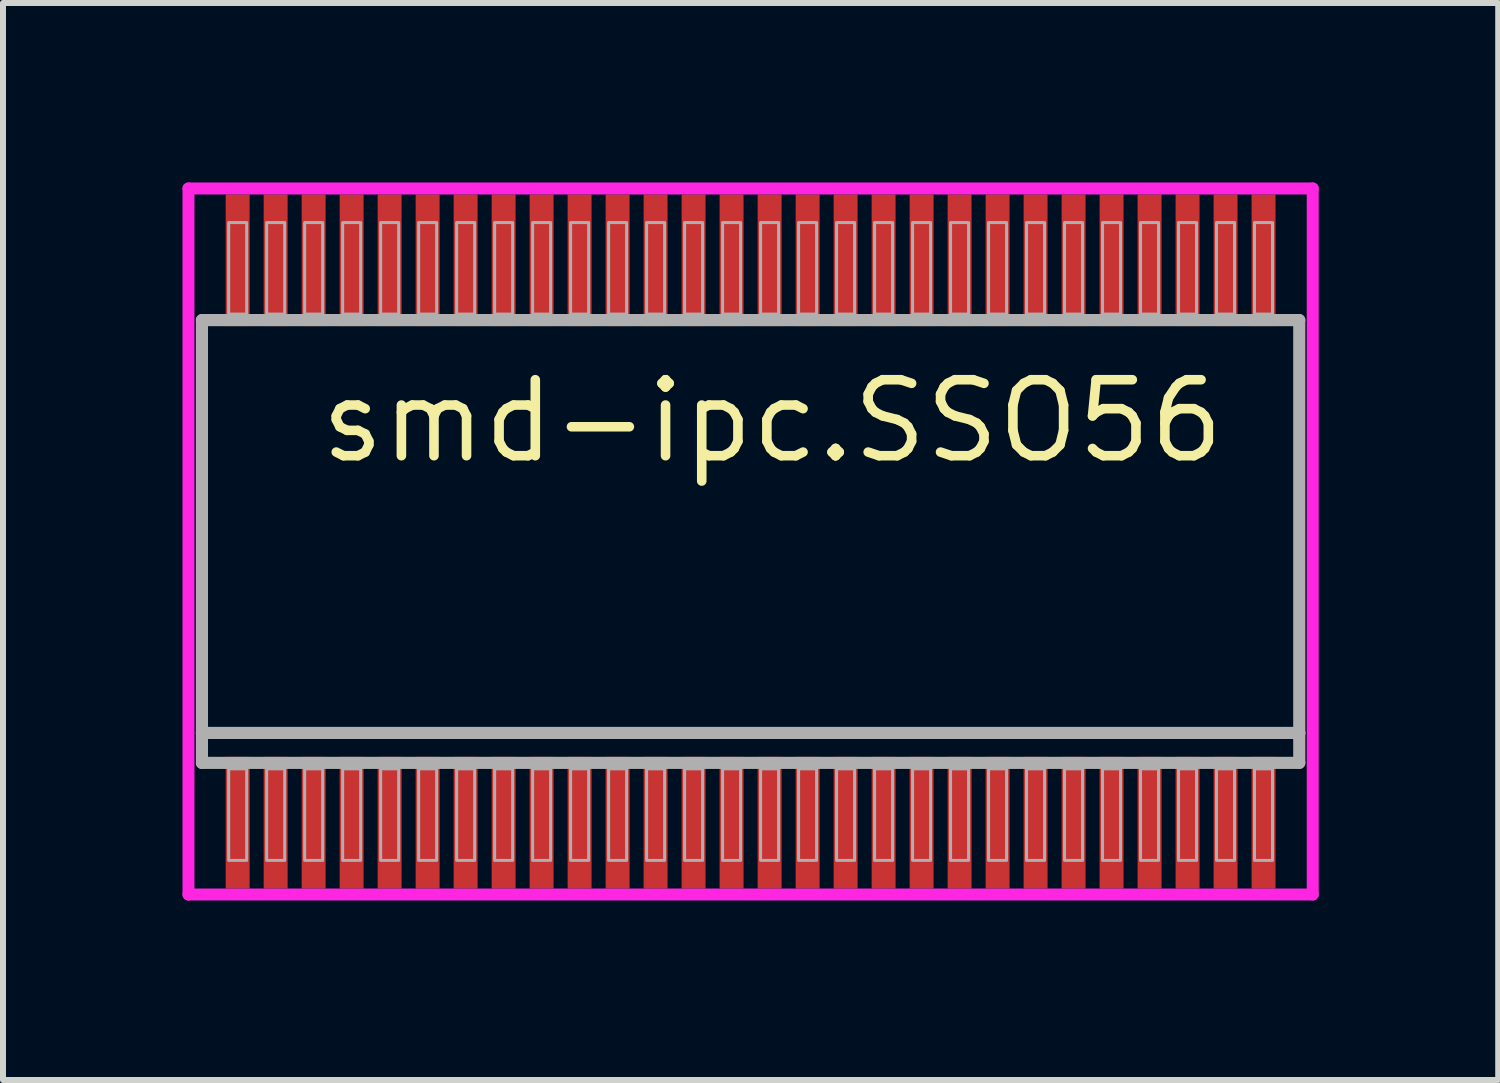
<source format=kicad_pcb>
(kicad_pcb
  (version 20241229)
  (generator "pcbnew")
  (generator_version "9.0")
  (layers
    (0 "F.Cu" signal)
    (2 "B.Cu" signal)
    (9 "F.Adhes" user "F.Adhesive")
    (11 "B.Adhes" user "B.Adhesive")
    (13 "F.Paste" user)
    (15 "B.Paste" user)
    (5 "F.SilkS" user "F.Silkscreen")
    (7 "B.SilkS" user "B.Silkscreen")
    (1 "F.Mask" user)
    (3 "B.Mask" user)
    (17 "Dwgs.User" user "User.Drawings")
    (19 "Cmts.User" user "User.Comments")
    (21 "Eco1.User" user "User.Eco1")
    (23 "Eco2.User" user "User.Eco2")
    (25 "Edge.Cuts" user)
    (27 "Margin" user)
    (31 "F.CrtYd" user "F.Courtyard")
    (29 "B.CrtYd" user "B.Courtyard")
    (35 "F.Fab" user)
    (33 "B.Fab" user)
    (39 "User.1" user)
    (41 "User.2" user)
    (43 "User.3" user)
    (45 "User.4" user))
  (footprint "smd-ipc.SSO56"
    (layer "F.Cu")
    (at 9.495 6)
    (property "Reference" "smd-ipc.SSO56" (at -7.272 -1.27 0) (layer "F.SilkS") (effects (font (size 1.27 1.27) (thickness 0.16)) (justify left bottom)))
    (attr smd)
    (fp_line (start -9.395 -5.9) (end 9.395 -5.9) (stroke (width 0.2) (type default)) (layer "F.CrtYd"))
    (fp_line (start -9.395 5.9) (end -9.395 -5.9) (stroke (width 0.2) (type default)) (layer "F.CrtYd"))
    (fp_line (start 9.395 -5.9) (end 9.395 5.9) (stroke (width 0.2) (type default)) (layer "F.CrtYd"))
    (fp_line (start 9.395 5.9) (end -9.395 5.9) (stroke (width 0.2) (type default)) (layer "F.CrtYd"))
    (fp_line (start -9.17 -3.7) (end 9.17 -3.7) (stroke (width 0.203) (type default)) (layer "F.Fab"))
    (fp_line (start -9.17 3.2) (end -9.17 -3.7) (stroke (width 0.203) (type default)) (layer "F.Fab"))
    (fp_line (start -9.17 3.7) (end -9.17 3.2) (stroke (width 0.203) (type default)) (layer "F.Fab"))
    (fp_line (start 9.17 -3.7) (end 9.17 3.2) (stroke (width 0.203) (type default)) (layer "F.Fab"))
    (fp_line (start 9.17 3.2) (end -9.17 3.2) (stroke (width 0.203) (type default)) (layer "F.Fab"))
    (fp_line (start 9.17 3.2) (end 9.17 3.7) (stroke (width 0.203) (type default)) (layer "F.Fab"))
    (fp_line (start 9.17 3.7) (end -9.17 3.7) (stroke (width 0.203) (type default)) (layer "F.Fab"))
    (fp_rect (start -8.723 -3.8) (end -8.422 -5.33) (stroke (width 0.05) (type default)) (fill no) (layer "F.Fab"))
    (fp_rect (start -8.723 5.33) (end -8.422 3.8) (stroke (width 0.05) (type default)) (fill no) (layer "F.Fab"))
    (fp_rect (start -8.088 -3.8) (end -7.787 -5.33) (stroke (width 0.05) (type default)) (fill no) (layer "F.Fab"))
    (fp_rect (start -8.088 5.33) (end -7.787 3.8) (stroke (width 0.05) (type default)) (fill no) (layer "F.Fab"))
    (fp_rect (start -7.453 -3.8) (end -7.152 -5.33) (stroke (width 0.05) (type default)) (fill no) (layer "F.Fab"))
    (fp_rect (start -7.453 5.33) (end -7.152 3.8) (stroke (width 0.05) (type default)) (fill no) (layer "F.Fab"))
    (fp_rect (start -6.818 -3.8) (end -6.517 -5.33) (stroke (width 0.05) (type default)) (fill no) (layer "F.Fab"))
    (fp_rect (start -6.818 5.33) (end -6.517 3.8) (stroke (width 0.05) (type default)) (fill no) (layer "F.Fab"))
    (fp_rect (start -6.183 -3.8) (end -5.882 -5.33) (stroke (width 0.05) (type default)) (fill no) (layer "F.Fab"))
    (fp_rect (start -6.183 5.33) (end -5.882 3.8) (stroke (width 0.05) (type default)) (fill no) (layer "F.Fab"))
    (fp_rect (start -5.548 -3.8) (end -5.247 -5.33) (stroke (width 0.05) (type default)) (fill no) (layer "F.Fab"))
    (fp_rect (start -5.548 5.33) (end -5.247 3.8) (stroke (width 0.05) (type default)) (fill no) (layer "F.Fab"))
    (fp_rect (start -4.913 -3.8) (end -4.612 -5.33) (stroke (width 0.05) (type default)) (fill no) (layer "F.Fab"))
    (fp_rect (start -4.913 5.33) (end -4.612 3.8) (stroke (width 0.05) (type default)) (fill no) (layer "F.Fab"))
    (fp_rect (start -4.278 -3.8) (end -3.977 -5.33) (stroke (width 0.05) (type default)) (fill no) (layer "F.Fab"))
    (fp_rect (start -4.278 5.33) (end -3.977 3.8) (stroke (width 0.05) (type default)) (fill no) (layer "F.Fab"))
    (fp_rect (start -3.643 -3.8) (end -3.342 -5.33) (stroke (width 0.05) (type default)) (fill no) (layer "F.Fab"))
    (fp_rect (start -3.643 5.33) (end -3.342 3.8) (stroke (width 0.05) (type default)) (fill no) (layer "F.Fab"))
    (fp_rect (start -3.008 -3.8) (end -2.707 -5.33) (stroke (width 0.05) (type default)) (fill no) (layer "F.Fab"))
    (fp_rect (start -3.008 5.33) (end -2.707 3.8) (stroke (width 0.05) (type default)) (fill no) (layer "F.Fab"))
    (fp_rect (start -2.373 -3.8) (end -2.072 -5.33) (stroke (width 0.05) (type default)) (fill no) (layer "F.Fab"))
    (fp_rect (start -2.373 5.33) (end -2.072 3.8) (stroke (width 0.05) (type default)) (fill no) (layer "F.Fab"))
    (fp_rect (start -1.738 -3.8) (end -1.437 -5.33) (stroke (width 0.05) (type default)) (fill no) (layer "F.Fab"))
    (fp_rect (start -1.738 5.33) (end -1.437 3.8) (stroke (width 0.05) (type default)) (fill no) (layer "F.Fab"))
    (fp_rect (start -1.103 -3.8) (end -0.802 -5.33) (stroke (width 0.05) (type default)) (fill no) (layer "F.Fab"))
    (fp_rect (start -1.103 5.33) (end -0.802 3.8) (stroke (width 0.05) (type default)) (fill no) (layer "F.Fab"))
    (fp_rect (start -0.468 -3.8) (end -0.167 -5.33) (stroke (width 0.05) (type default)) (fill no) (layer "F.Fab"))
    (fp_rect (start -0.468 5.33) (end -0.167 3.8) (stroke (width 0.05) (type default)) (fill no) (layer "F.Fab"))
    (fp_rect (start 0.167 -3.8) (end 0.468 -5.33) (stroke (width 0.05) (type default)) (fill no) (layer "F.Fab"))
    (fp_rect (start 0.167 5.33) (end 0.468 3.8) (stroke (width 0.05) (type default)) (fill no) (layer "F.Fab"))
    (fp_rect (start 0.802 -3.8) (end 1.103 -5.33) (stroke (width 0.05) (type default)) (fill no) (layer "F.Fab"))
    (fp_rect (start 0.802 5.33) (end 1.103 3.8) (stroke (width 0.05) (type default)) (fill no) (layer "F.Fab"))
    (fp_rect (start 1.437 -3.8) (end 1.738 -5.33) (stroke (width 0.05) (type default)) (fill no) (layer "F.Fab"))
    (fp_rect (start 1.437 5.33) (end 1.738 3.8) (stroke (width 0.05) (type default)) (fill no) (layer "F.Fab"))
    (fp_rect (start 2.072 -3.8) (end 2.373 -5.33) (stroke (width 0.05) (type default)) (fill no) (layer "F.Fab"))
    (fp_rect (start 2.072 5.33) (end 2.373 3.8) (stroke (width 0.05) (type default)) (fill no) (layer "F.Fab"))
    (fp_rect (start 2.707 -3.8) (end 3.008 -5.33) (stroke (width 0.05) (type default)) (fill no) (layer "F.Fab"))
    (fp_rect (start 2.707 5.33) (end 3.008 3.8) (stroke (width 0.05) (type default)) (fill no) (layer "F.Fab"))
    (fp_rect (start 3.342 -3.8) (end 3.643 -5.33) (stroke (width 0.05) (type default)) (fill no) (layer "F.Fab"))
    (fp_rect (start 3.342 5.33) (end 3.643 3.8) (stroke (width 0.05) (type default)) (fill no) (layer "F.Fab"))
    (fp_rect (start 3.977 -3.8) (end 4.278 -5.33) (stroke (width 0.05) (type default)) (fill no) (layer "F.Fab"))
    (fp_rect (start 3.977 5.33) (end 4.278 3.8) (stroke (width 0.05) (type default)) (fill no) (layer "F.Fab"))
    (fp_rect (start 4.612 -3.8) (end 4.913 -5.33) (stroke (width 0.05) (type default)) (fill no) (layer "F.Fab"))
    (fp_rect (start 4.612 5.33) (end 4.913 3.8) (stroke (width 0.05) (type default)) (fill no) (layer "F.Fab"))
    (fp_rect (start 5.247 -3.8) (end 5.548 -5.33) (stroke (width 0.05) (type default)) (fill no) (layer "F.Fab"))
    (fp_rect (start 5.247 5.33) (end 5.548 3.8) (stroke (width 0.05) (type default)) (fill no) (layer "F.Fab"))
    (fp_rect (start 5.882 -3.8) (end 6.183 -5.33) (stroke (width 0.05) (type default)) (fill no) (layer "F.Fab"))
    (fp_rect (start 5.882 5.33) (end 6.183 3.8) (stroke (width 0.05) (type default)) (fill no) (layer "F.Fab"))
    (fp_rect (start 6.517 -3.8) (end 6.818 -5.33) (stroke (width 0.05) (type default)) (fill no) (layer "F.Fab"))
    (fp_rect (start 6.517 5.33) (end 6.818 3.8) (stroke (width 0.05) (type default)) (fill no) (layer "F.Fab"))
    (fp_rect (start 7.152 -3.8) (end 7.453 -5.33) (stroke (width 0.05) (type default)) (fill no) (layer "F.Fab"))
    (fp_rect (start 7.152 5.33) (end 7.453 3.8) (stroke (width 0.05) (type default)) (fill no) (layer "F.Fab"))
    (fp_rect (start 7.787 -3.8) (end 8.088 -5.33) (stroke (width 0.05) (type default)) (fill no) (layer "F.Fab"))
    (fp_rect (start 7.787 5.33) (end 8.088 3.8) (stroke (width 0.05) (type default)) (fill no) (layer "F.Fab"))
    (fp_rect (start 8.422 -3.8) (end 8.723 -5.33) (stroke (width 0.05) (type default)) (fill no) (layer "F.Fab"))
    (fp_rect (start 8.422 5.33) (end 8.723 3.8) (stroke (width 0.05) (type default)) (fill no) (layer "F.Fab"))
    (pad "1" smd roundrect (at -8.573 4.7) (size 0.4 2.2) (layers "F.Cu" "F.Mask" "F.Paste") (roundrect_rratio 0.01))
    (pad "2" smd roundrect (at -7.938 4.7) (size 0.4 2.2) (layers "F.Cu" "F.Mask" "F.Paste") (roundrect_rratio 0.01))
    (pad "3" smd roundrect (at -7.303 4.7) (size 0.4 2.2) (layers "F.Cu" "F.Mask" "F.Paste") (roundrect_rratio 0.01))
    (pad "4" smd roundrect (at -6.668 4.7) (size 0.4 2.2) (layers "F.Cu" "F.Mask" "F.Paste") (roundrect_rratio 0.01))
    (pad "5" smd roundrect (at -6.033 4.7) (size 0.4 2.2) (layers "F.Cu" "F.Mask" "F.Paste") (roundrect_rratio 0.01))
    (pad "6" smd roundrect (at -5.398 4.7) (size 0.4 2.2) (layers "F.Cu" "F.Mask" "F.Paste") (roundrect_rratio 0.01))
    (pad "7" smd roundrect (at -4.763 4.7) (size 0.4 2.2) (layers "F.Cu" "F.Mask" "F.Paste") (roundrect_rratio 0.01))
    (pad "8" smd roundrect (at -4.128 4.7) (size 0.4 2.2) (layers "F.Cu" "F.Mask" "F.Paste") (roundrect_rratio 0.01))
    (pad "9" smd roundrect (at -3.493 4.7) (size 0.4 2.2) (layers "F.Cu" "F.Mask" "F.Paste") (roundrect_rratio 0.01))
    (pad "10" smd roundrect (at -2.858 4.7) (size 0.4 2.2) (layers "F.Cu" "F.Mask" "F.Paste") (roundrect_rratio 0.01))
    (pad "11" smd roundrect (at -2.223 4.7) (size 0.4 2.2) (layers "F.Cu" "F.Mask" "F.Paste") (roundrect_rratio 0.01))
    (pad "12" smd roundrect (at -1.588 4.7) (size 0.4 2.2) (layers "F.Cu" "F.Mask" "F.Paste") (roundrect_rratio 0.01))
    (pad "13" smd roundrect (at -0.953 4.7) (size 0.4 2.2) (layers "F.Cu" "F.Mask" "F.Paste") (roundrect_rratio 0.01))
    (pad "14" smd roundrect (at -0.318 4.7) (size 0.4 2.2) (layers "F.Cu" "F.Mask" "F.Paste") (roundrect_rratio 0.01))
    (pad "15" smd roundrect (at 0.318 4.7) (size 0.4 2.2) (layers "F.Cu" "F.Mask" "F.Paste") (roundrect_rratio 0.01))
    (pad "16" smd roundrect (at 0.953 4.7) (size 0.4 2.2) (layers "F.Cu" "F.Mask" "F.Paste") (roundrect_rratio 0.01))
    (pad "17" smd roundrect (at 1.588 4.7) (size 0.4 2.2) (layers "F.Cu" "F.Mask" "F.Paste") (roundrect_rratio 0.01))
    (pad "18" smd roundrect (at 2.223 4.7) (size 0.4 2.2) (layers "F.Cu" "F.Mask" "F.Paste") (roundrect_rratio 0.01))
    (pad "19" smd roundrect (at 2.858 4.7) (size 0.4 2.2) (layers "F.Cu" "F.Mask" "F.Paste") (roundrect_rratio 0.01))
    (pad "20" smd roundrect (at 3.493 4.7) (size 0.4 2.2) (layers "F.Cu" "F.Mask" "F.Paste") (roundrect_rratio 0.01))
    (pad "21" smd roundrect (at 4.128 4.7) (size 0.4 2.2) (layers "F.Cu" "F.Mask" "F.Paste") (roundrect_rratio 0.01))
    (pad "22" smd roundrect (at 4.763 4.7) (size 0.4 2.2) (layers "F.Cu" "F.Mask" "F.Paste") (roundrect_rratio 0.01))
    (pad "23" smd roundrect (at 5.398 4.7) (size 0.4 2.2) (layers "F.Cu" "F.Mask" "F.Paste") (roundrect_rratio 0.01))
    (pad "24" smd roundrect (at 6.033 4.7) (size 0.4 2.2) (layers "F.Cu" "F.Mask" "F.Paste") (roundrect_rratio 0.01))
    (pad "25" smd roundrect (at 6.668 4.7) (size 0.4 2.2) (layers "F.Cu" "F.Mask" "F.Paste") (roundrect_rratio 0.01))
    (pad "26" smd roundrect (at 7.303 4.7) (size 0.4 2.2) (layers "F.Cu" "F.Mask" "F.Paste") (roundrect_rratio 0.01))
    (pad "27" smd roundrect (at 7.938 4.7) (size 0.4 2.2) (layers "F.Cu" "F.Mask" "F.Paste") (roundrect_rratio 0.01))
    (pad "28" smd roundrect (at 8.573 4.7) (size 0.4 2.2) (layers "F.Cu" "F.Mask" "F.Paste") (roundrect_rratio 0.01))
    (pad "29" smd roundrect (at 8.573 -4.7) (size 0.4 2.2) (layers "F.Cu" "F.Mask" "F.Paste") (roundrect_rratio 0.01))
    (pad "30" smd roundrect (at 7.938 -4.7) (size 0.4 2.2) (layers "F.Cu" "F.Mask" "F.Paste") (roundrect_rratio 0.01))
    (pad "31" smd roundrect (at 7.303 -4.7) (size 0.4 2.2) (layers "F.Cu" "F.Mask" "F.Paste") (roundrect_rratio 0.01))
    (pad "32" smd roundrect (at 6.668 -4.7) (size 0.4 2.2) (layers "F.Cu" "F.Mask" "F.Paste") (roundrect_rratio 0.01))
    (pad "33" smd roundrect (at 6.033 -4.7) (size 0.4 2.2) (layers "F.Cu" "F.Mask" "F.Paste") (roundrect_rratio 0.01))
    (pad "34" smd roundrect (at 5.398 -4.7) (size 0.4 2.2) (layers "F.Cu" "F.Mask" "F.Paste") (roundrect_rratio 0.01))
    (pad "35" smd roundrect (at 4.763 -4.7) (size 0.4 2.2) (layers "F.Cu" "F.Mask" "F.Paste") (roundrect_rratio 0.01))
    (pad "36" smd roundrect (at 4.128 -4.7) (size 0.4 2.2) (layers "F.Cu" "F.Mask" "F.Paste") (roundrect_rratio 0.01))
    (pad "37" smd roundrect (at 3.493 -4.7) (size 0.4 2.2) (layers "F.Cu" "F.Mask" "F.Paste") (roundrect_rratio 0.01))
    (pad "38" smd roundrect (at 2.858 -4.7) (size 0.4 2.2) (layers "F.Cu" "F.Mask" "F.Paste") (roundrect_rratio 0.01))
    (pad "39" smd roundrect (at 2.223 -4.7) (size 0.4 2.2) (layers "F.Cu" "F.Mask" "F.Paste") (roundrect_rratio 0.01))
    (pad "40" smd roundrect (at 1.588 -4.7) (size 0.4 2.2) (layers "F.Cu" "F.Mask" "F.Paste") (roundrect_rratio 0.01))
    (pad "41" smd roundrect (at 0.953 -4.7) (size 0.4 2.2) (layers "F.Cu" "F.Mask" "F.Paste") (roundrect_rratio 0.01))
    (pad "42" smd roundrect (at 0.318 -4.7) (size 0.4 2.2) (layers "F.Cu" "F.Mask" "F.Paste") (roundrect_rratio 0.01))
    (pad "43" smd roundrect (at -0.318 -4.7) (size 0.4 2.2) (layers "F.Cu" "F.Mask" "F.Paste") (roundrect_rratio 0.01))
    (pad "44" smd roundrect (at -0.953 -4.7) (size 0.4 2.2) (layers "F.Cu" "F.Mask" "F.Paste") (roundrect_rratio 0.01))
    (pad "45" smd roundrect (at -1.588 -4.7) (size 0.4 2.2) (layers "F.Cu" "F.Mask" "F.Paste") (roundrect_rratio 0.01))
    (pad "46" smd roundrect (at -2.223 -4.7) (size 0.4 2.2) (layers "F.Cu" "F.Mask" "F.Paste") (roundrect_rratio 0.01))
    (pad "47" smd roundrect (at -2.858 -4.7) (size 0.4 2.2) (layers "F.Cu" "F.Mask" "F.Paste") (roundrect_rratio 0.01))
    (pad "48" smd roundrect (at -3.493 -4.7) (size 0.4 2.2) (layers "F.Cu" "F.Mask" "F.Paste") (roundrect_rratio 0.01))
    (pad "49" smd roundrect (at -4.128 -4.7) (size 0.4 2.2) (layers "F.Cu" "F.Mask" "F.Paste") (roundrect_rratio 0.01))
    (pad "50" smd roundrect (at -4.763 -4.7) (size 0.4 2.2) (layers "F.Cu" "F.Mask" "F.Paste") (roundrect_rratio 0.01))
    (pad "51" smd roundrect (at -5.398 -4.7) (size 0.4 2.2) (layers "F.Cu" "F.Mask" "F.Paste") (roundrect_rratio 0.01))
    (pad "52" smd roundrect (at -6.033 -4.7) (size 0.4 2.2) (layers "F.Cu" "F.Mask" "F.Paste") (roundrect_rratio 0.01))
    (pad "53" smd roundrect (at -6.668 -4.7) (size 0.4 2.2) (layers "F.Cu" "F.Mask" "F.Paste") (roundrect_rratio 0.01))
    (pad "54" smd roundrect (at -7.303 -4.7) (size 0.4 2.2) (layers "F.Cu" "F.Mask" "F.Paste") (roundrect_rratio 0.01))
    (pad "55" smd roundrect (at -7.938 -4.7) (size 0.4 2.2) (layers "F.Cu" "F.Mask" "F.Paste") (roundrect_rratio 0.01))
    (pad "56" smd roundrect (at -8.573 -4.7) (size 0.4 2.2) (layers "F.Cu" "F.Mask" "F.Paste") (roundrect_rratio 0.01)))
  (gr_rect
    (start -3 -3)
    (end 21.99 15)
    (stroke (width 0.1) (type default))
    (fill no)
    (layer "Edge.Cuts")))
</source>
